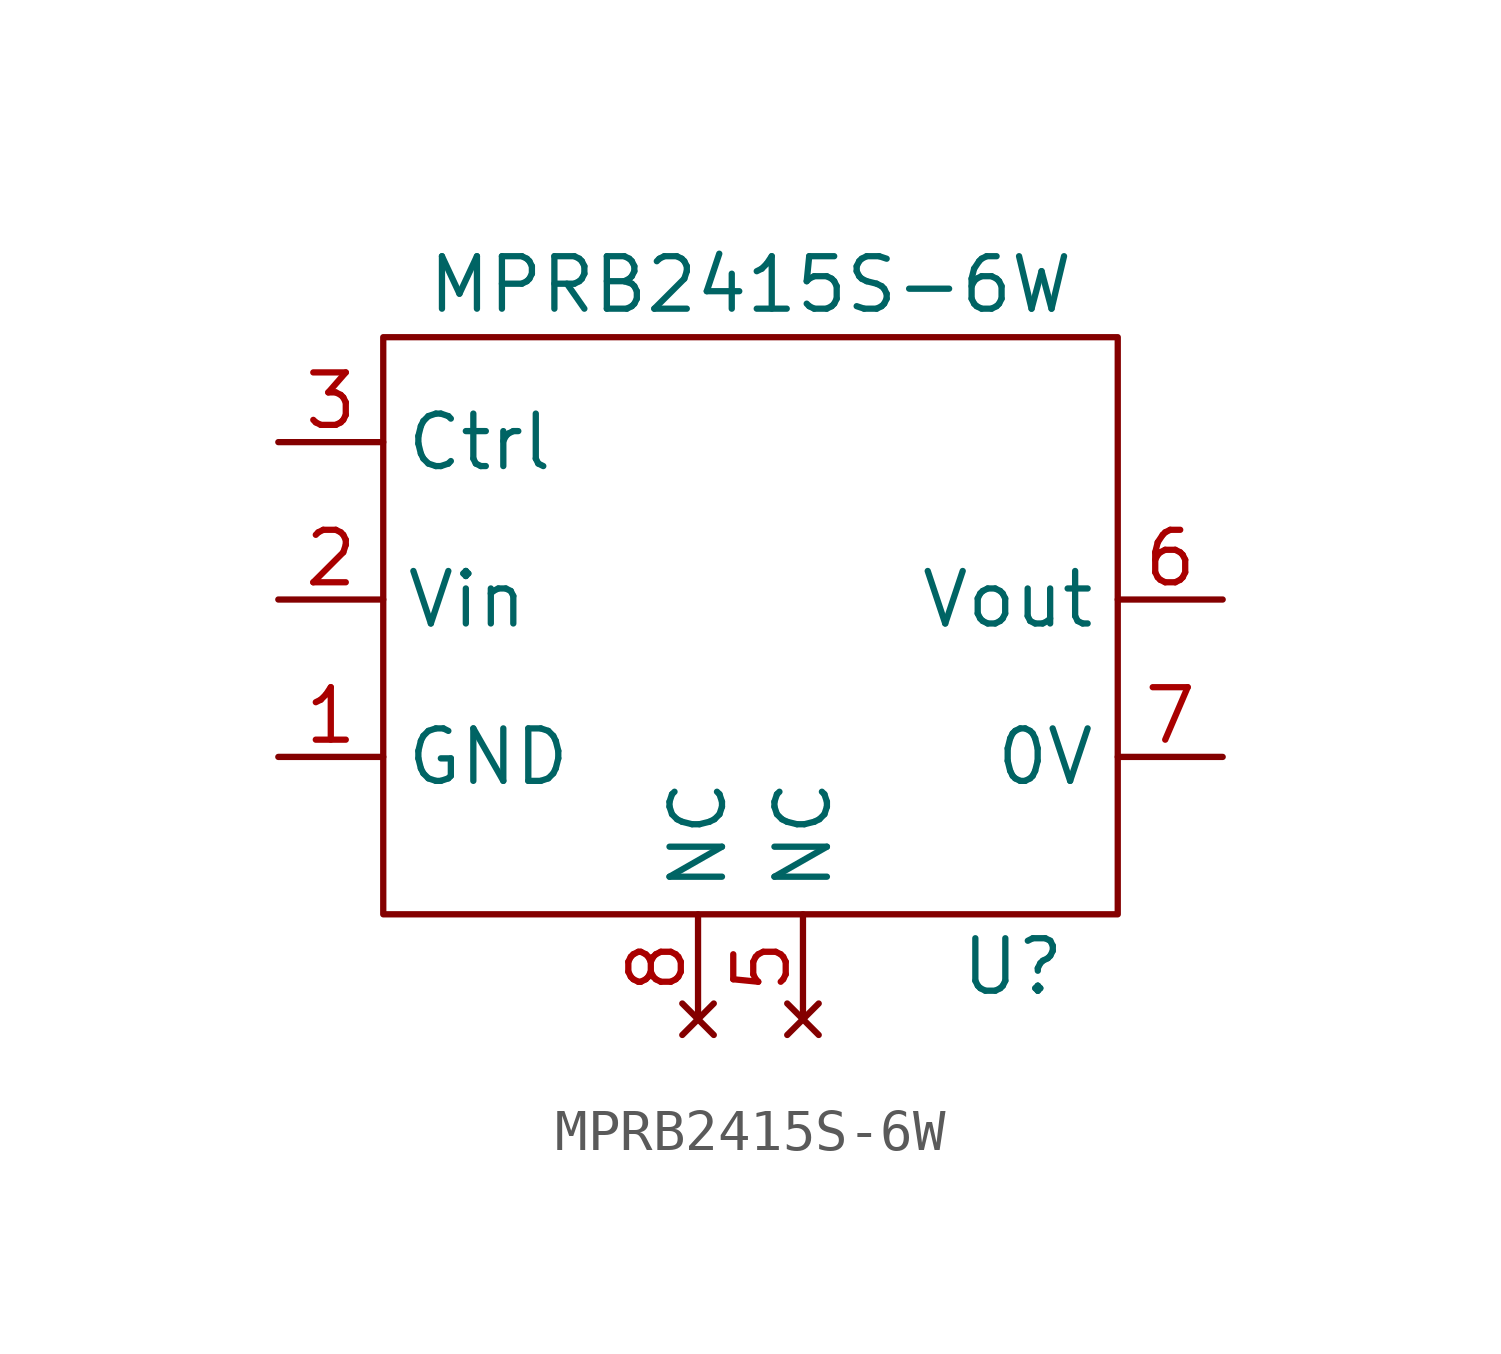
<source format=kicad_sym>
(kicad_symbol_lib
  (version 20220914)
  (generator kicad_symbol_editor)
  (symbol "MPRB2415S-6W"
    (property "Reference" "U"
      (at 6.35 -8.89 0)
      (effects (font (size 1.27 1.27))))
    (property "Value" "MPRB2415S-6W"
      (at 0 7.62 0)
      (effects (font (size 1.27 1.27))))
    (symbol "MPRB2415S-6W_1_1"
      (rectangle (start -8.89 6.35) (end 8.89 -7.62) (stroke (width 0) (type default)) (fill (type none)))
      (pin power_in line (at -11.43 -3.81 0) (length 2.54) (name "GND" (effects (font (size 1.27 1.27)))) (number "1" (effects (font (size 1.27 1.27)))))
      (pin power_in line (at -11.43 0 0) (length 2.54) (name "Vin" (effects (font (size 1.27 1.27)))) (number "2" (effects (font (size 1.27 1.27)))))
      (pin bidirectional line (at -11.43 3.81 0) (length 2.54) (name "Ctrl" (effects (font (size 1.27 1.27)))) (number "3" (effects (font (size 1.27 1.27)))))
      (pin no_connect line (at 1.27 -10.16 90) (length 2.54) (name "NC" (effects (font (size 1.27 1.27)))) (number "5" (effects (font (size 1.27 1.27)))))
      (pin power_out line (at 11.43 0 180) (length 2.54) (name "Vout" (effects (font (size 1.27 1.27)))) (number "6" (effects (font (size 1.27 1.27)))))
      (pin power_out line (at 11.43 -3.81 180) (length 2.54) (name "0V" (effects (font (size 1.27 1.27)))) (number "7" (effects (font (size 1.27 1.27)))))
      (pin no_connect line (at -1.27 -10.16 90) (length 2.54) (name "NC" (effects (font (size 1.27 1.27)))) (number "8" (effects (font (size 1.27 1.27))))))))
</source>
